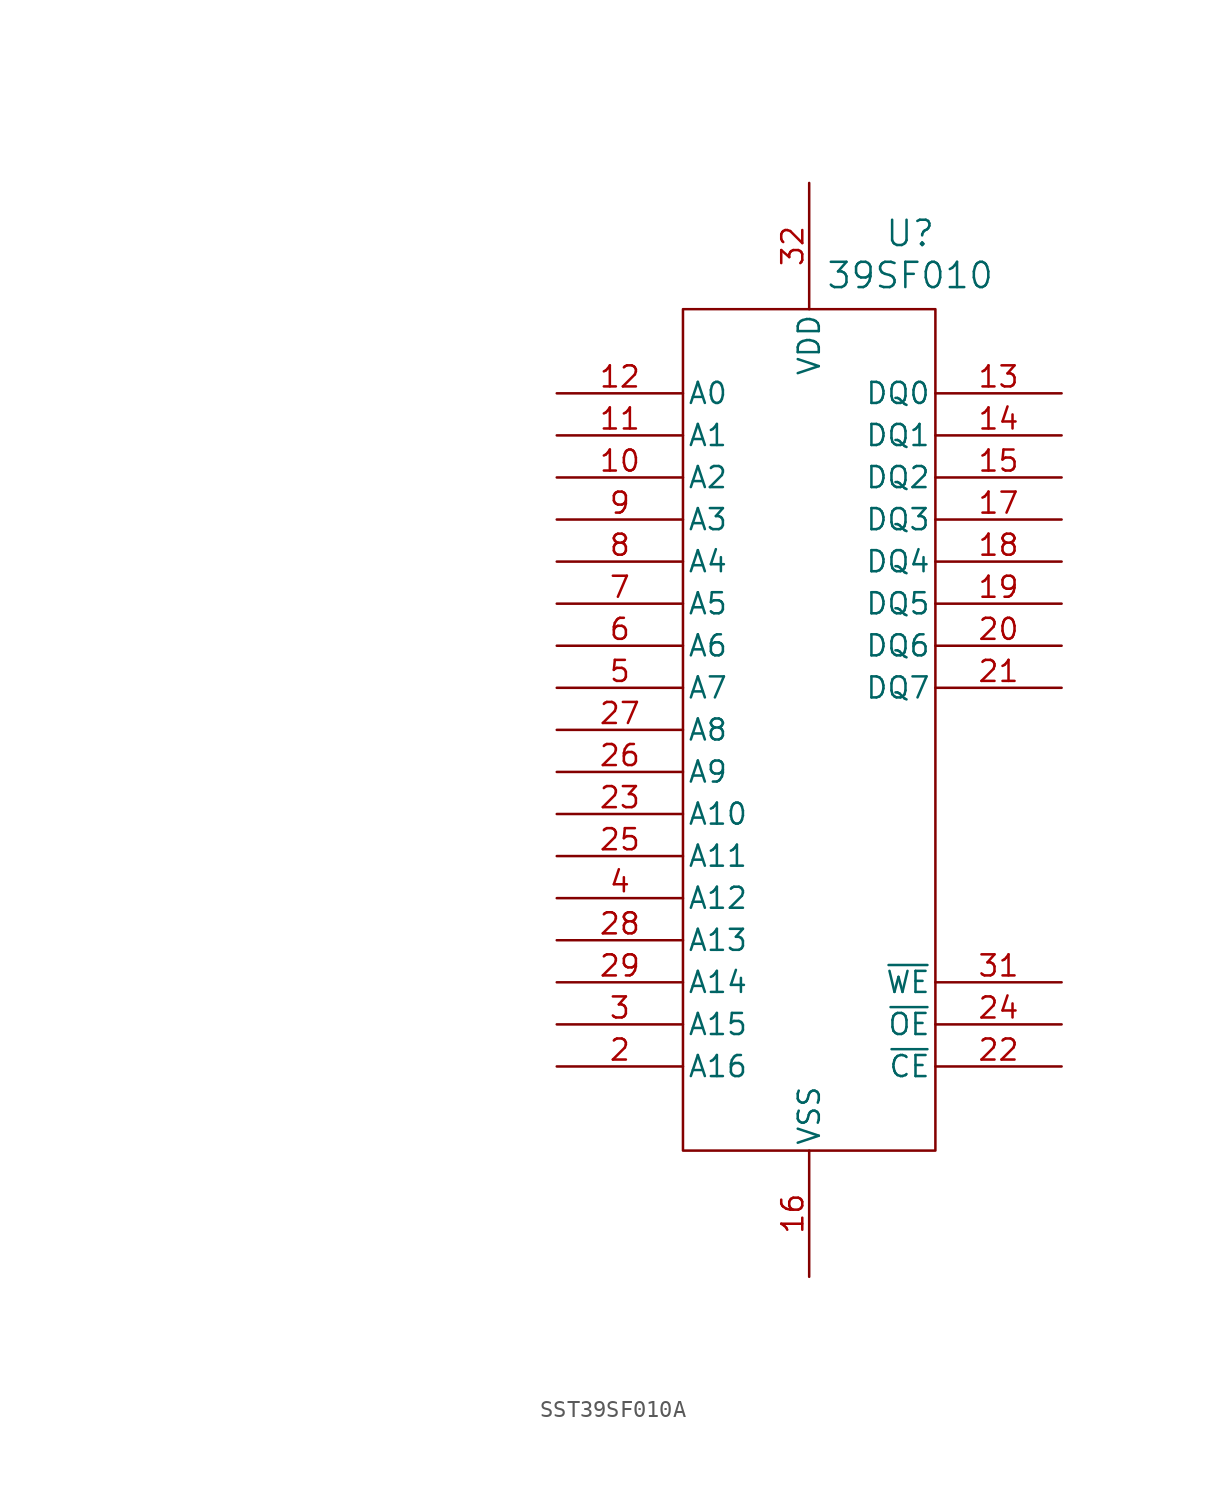
<source format=kicad_sym>
(kicad_symbol_lib
  (version 20231120)
  (generator "kicad_symbol_editor")
  (generator_version "8.0")
  (symbol "SST39SF010A"
    (pin_names
      (offset 0.254))
    (property "Reference" "U"
      (at 6.096 29.972 0)
      (effects (font (size 1.524 1.524))))
    (property "Value" "39SF010"
      (at 6.096 27.432 0)
      (effects (font (size 1.524 1.524))))
    (symbol "SST39SF010A_0_1"
      (rectangle (start -7.62 25.4) (end 7.62 -25.4) (stroke (width 0) (type default)) (fill (type none)))
      (pin no_connect line (at -39.37 11.43 0) (length 7.62) hide (name "NC" (effects (font (size 1.27 1.27)))) (number "1" (effects (font (size 1.27 1.27)))))
      (pin input line (at -15.24 15.24 0) (length 7.62) (name "A2" (effects (font (size 1.27 1.27)))) (number "10" (effects (font (size 1.27 1.27)))))
      (pin input line (at -15.24 17.78 0) (length 7.62) (name "A1" (effects (font (size 1.27 1.27)))) (number "11" (effects (font (size 1.27 1.27)))))
      (pin input line (at -15.24 20.32 0) (length 7.62) (name "A0" (effects (font (size 1.27 1.27)))) (number "12" (effects (font (size 1.27 1.27)))))
      (pin bidirectional line (at 15.24 20.32 180) (length 7.62) (name "DQ0" (effects (font (size 1.27 1.27)))) (number "13" (effects (font (size 1.27 1.27)))))
      (pin bidirectional line (at 15.24 17.78 180) (length 7.62) (name "DQ1" (effects (font (size 1.27 1.27)))) (number "14" (effects (font (size 1.27 1.27)))))
      (pin bidirectional line (at 15.24 15.24 180) (length 7.62) (name "DQ2" (effects (font (size 1.27 1.27)))) (number "15" (effects (font (size 1.27 1.27)))))
      (pin power_in line (at 0 -33.02 90) (length 7.62) (name "VSS" (effects (font (size 1.27 1.27)))) (number "16" (effects (font (size 1.27 1.27)))))
      (pin bidirectional line (at 15.24 12.7 180) (length 7.62) (name "DQ3" (effects (font (size 1.27 1.27)))) (number "17" (effects (font (size 1.27 1.27)))))
      (pin bidirectional line (at 15.24 10.16 180) (length 7.62) (name "DQ4" (effects (font (size 1.27 1.27)))) (number "18" (effects (font (size 1.27 1.27)))))
      (pin bidirectional line (at 15.24 7.62 180) (length 7.62) (name "DQ5" (effects (font (size 1.27 1.27)))) (number "19" (effects (font (size 1.27 1.27)))))
      (pin input line (at -15.24 -20.32 0) (length 7.62) (name "A16" (effects (font (size 1.27 1.27)))) (number "2" (effects (font (size 1.27 1.27)))))
      (pin bidirectional line (at 15.24 5.08 180) (length 7.62) (name "DQ6" (effects (font (size 1.27 1.27)))) (number "20" (effects (font (size 1.27 1.27)))))
      (pin bidirectional line (at 15.24 2.54 180) (length 7.62) (name "DQ7" (effects (font (size 1.27 1.27)))) (number "21" (effects (font (size 1.27 1.27)))))
      (pin input line (at -15.24 -5.08 0) (length 7.62) (name "A10" (effects (font (size 1.27 1.27)))) (number "23" (effects (font (size 1.27 1.27)))))
      (pin input line (at -15.24 -7.62 0) (length 7.62) (name "A11" (effects (font (size 1.27 1.27)))) (number "25" (effects (font (size 1.27 1.27)))))
      (pin input line (at -15.24 -2.54 0) (length 7.62) (name "A9" (effects (font (size 1.27 1.27)))) (number "26" (effects (font (size 1.27 1.27)))))
      (pin input line (at -15.24 0 0) (length 7.62) (name "A8" (effects (font (size 1.27 1.27)))) (number "27" (effects (font (size 1.27 1.27)))))
      (pin input line (at -15.24 -12.7 0) (length 7.62) (name "A13" (effects (font (size 1.27 1.27)))) (number "28" (effects (font (size 1.27 1.27)))))
      (pin input line (at -15.24 -15.24 0) (length 7.62) (name "A14" (effects (font (size 1.27 1.27)))) (number "29" (effects (font (size 1.27 1.27)))))
      (pin input line (at -15.24 -17.78 0) (length 7.62) (name "A15" (effects (font (size 1.27 1.27)))) (number "3" (effects (font (size 1.27 1.27)))))
      (pin no_connect line (at -39.37 6.35 0) (length 7.62) hide (name "NC" (effects (font (size 1.27 1.27)))) (number "30" (effects (font (size 1.27 1.27)))))
      (pin power_in line (at 0 33.02 270) (length 7.62) (name "VDD" (effects (font (size 1.27 1.27)))) (number "32" (effects (font (size 1.27 1.27)))))
      (pin input line (at -15.24 -10.16 0) (length 7.62) (name "A12" (effects (font (size 1.27 1.27)))) (number "4" (effects (font (size 1.27 1.27)))))
      (pin input line (at -15.24 2.54 0) (length 7.62) (name "A7" (effects (font (size 1.27 1.27)))) (number "5" (effects (font (size 1.27 1.27)))))
      (pin input line (at -15.24 5.08 0) (length 7.62) (name "A6" (effects (font (size 1.27 1.27)))) (number "6" (effects (font (size 1.27 1.27)))))
      (pin input line (at -15.24 7.62 0) (length 7.62) (name "A5" (effects (font (size 1.27 1.27)))) (number "7" (effects (font (size 1.27 1.27)))))
      (pin input line (at -15.24 10.16 0) (length 7.62) (name "A4" (effects (font (size 1.27 1.27)))) (number "8" (effects (font (size 1.27 1.27)))))
      (pin input line (at -15.24 12.7 0) (length 7.62) (name "A3" (effects (font (size 1.27 1.27)))) (number "9" (effects (font (size 1.27 1.27))))))
    (symbol "SST39SF010A_1_1"
      (pin unspecified line (at 15.24 -20.32 180) (length 7.62) (name "~{CE}" (effects (font (size 1.27 1.27)))) (number "22" (effects (font (size 1.27 1.27)))))
      (pin output line (at 15.24 -17.78 180) (length 7.62) (name "~{OE}" (effects (font (size 1.27 1.27)))) (number "24" (effects (font (size 1.27 1.27)))))
      (pin unspecified line (at 15.24 -15.24 180) (length 7.62) (name "~{WE}" (effects (font (size 1.27 1.27)))) (number "31" (effects (font (size 1.27 1.27))))))))
</source>
